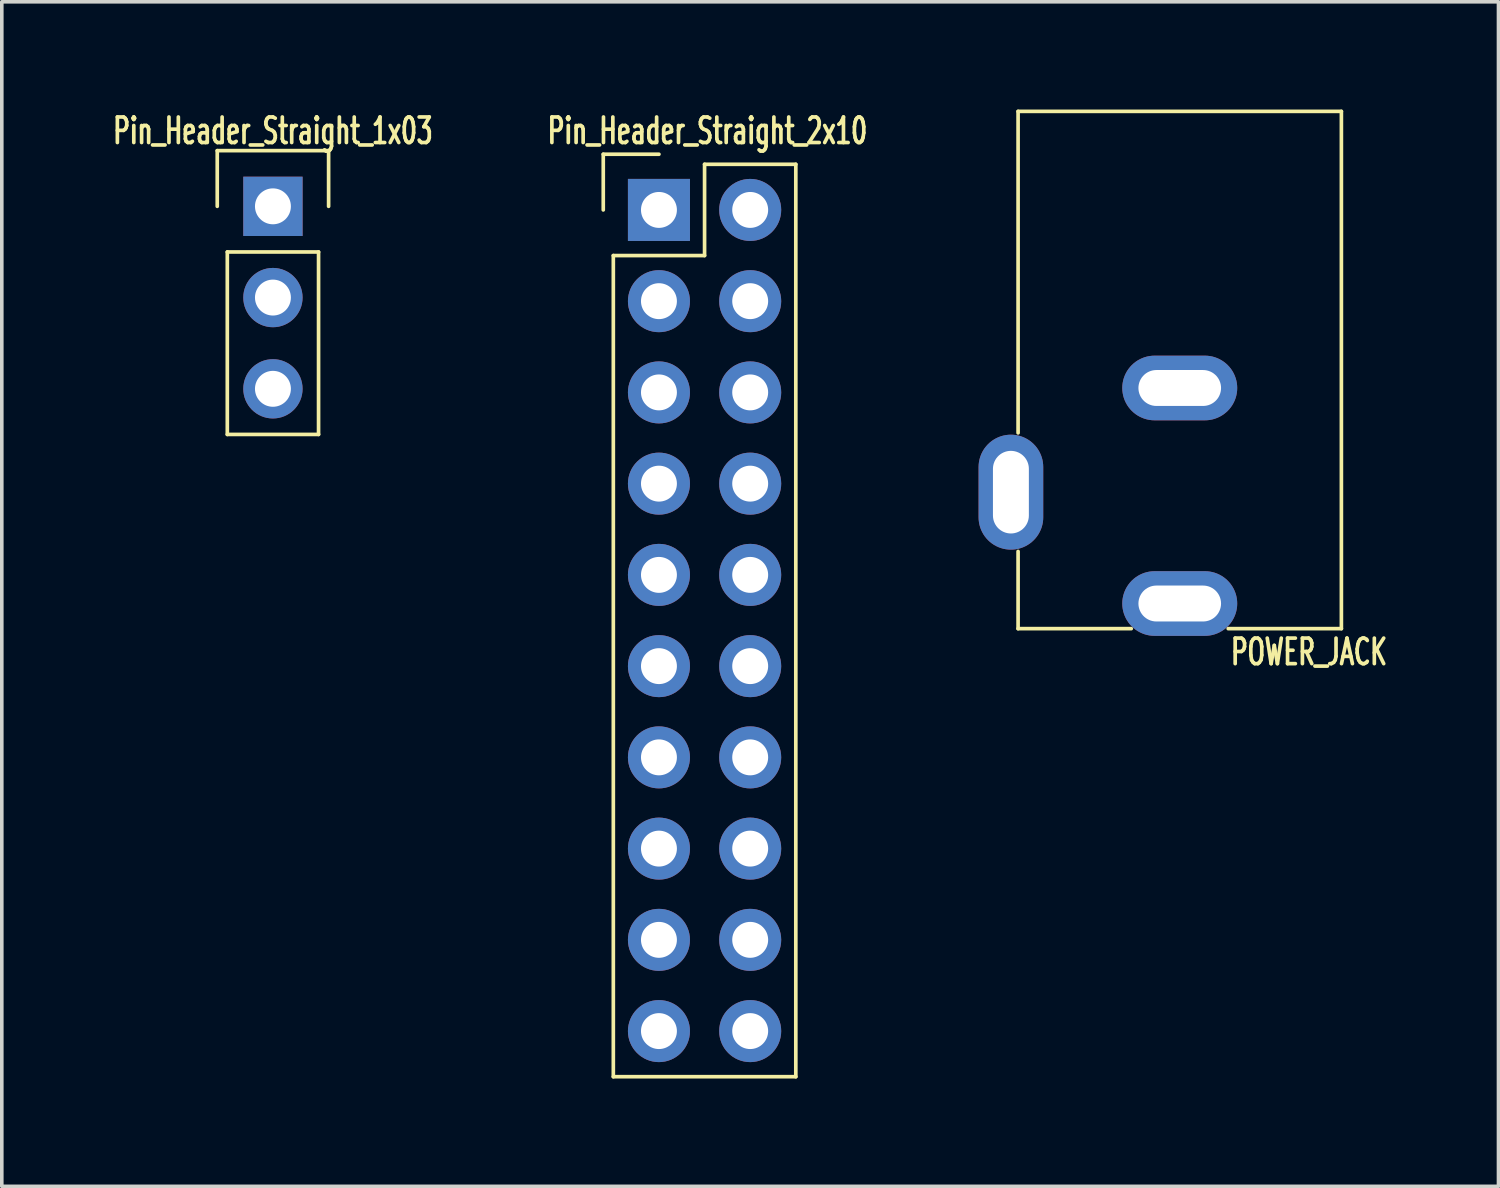
<source format=kicad_pcb>
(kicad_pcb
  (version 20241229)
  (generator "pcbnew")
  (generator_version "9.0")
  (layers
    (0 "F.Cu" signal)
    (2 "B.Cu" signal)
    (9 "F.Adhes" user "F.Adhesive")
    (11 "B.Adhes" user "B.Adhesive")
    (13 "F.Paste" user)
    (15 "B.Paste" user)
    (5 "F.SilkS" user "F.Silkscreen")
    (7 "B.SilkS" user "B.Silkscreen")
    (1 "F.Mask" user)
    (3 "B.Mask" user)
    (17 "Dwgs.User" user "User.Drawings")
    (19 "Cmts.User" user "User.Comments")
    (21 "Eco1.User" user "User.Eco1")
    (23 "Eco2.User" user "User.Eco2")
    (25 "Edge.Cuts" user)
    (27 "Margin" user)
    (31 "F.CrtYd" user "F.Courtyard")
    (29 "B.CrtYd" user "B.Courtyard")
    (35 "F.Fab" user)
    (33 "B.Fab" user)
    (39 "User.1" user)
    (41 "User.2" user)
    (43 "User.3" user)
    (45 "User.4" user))
  (footprint "Pin_Header_Straight_2x10"
    (layer "F.Cu")
    (at 15.294 2.794)
    (property "Reference" "Pin_Header_Straight_2x10" (at 1.35 -2.2 0) (layer "F.SilkS") (effects (font (size 0.711 0.457) (thickness 0.102))))
    (attr through_hole)
    (fp_line (start -1.55 -1.55) (end -1.55 0) (stroke (width 0.102) (type solid)) (layer "F.SilkS"))
    (fp_line (start -1.27 1.27) (end -1.27 24.13) (stroke (width 0.102) (type solid)) (layer "F.SilkS"))
    (fp_line (start 0 -1.55) (end -1.55 -1.55) (stroke (width 0.102) (type solid)) (layer "F.SilkS"))
    (fp_line (start 1.27 -1.27) (end 1.27 1.27) (stroke (width 0.102) (type solid)) (layer "F.SilkS"))
    (fp_line (start 1.27 1.27) (end -1.27 1.27) (stroke (width 0.102) (type solid)) (layer "F.SilkS"))
    (fp_line (start 3.81 -1.27) (end 1.27 -1.27) (stroke (width 0.102) (type solid)) (layer "F.SilkS"))
    (fp_line (start 3.81 24.13) (end -1.27 24.13) (stroke (width 0.102) (type solid)) (layer "F.SilkS"))
    (fp_line (start 3.81 24.13) (end 3.81 -1.27) (stroke (width 0.102) (type solid)) (layer "F.SilkS"))
    (pad "1" thru_hole rect (at 0 0) (size 1.727 1.727) (drill 1) (layers "*.Cu" "*.Mask"))
    (pad "2" thru_hole oval (at 2.54 0) (size 1.727 1.727) (drill 1) (layers "*.Cu" "*.Mask"))
    (pad "3" thru_hole oval (at 0 2.54) (size 1.727 1.727) (drill 1) (layers "*.Cu" "*.Mask"))
    (pad "4" thru_hole oval (at 2.54 2.54) (size 1.727 1.727) (drill 1) (layers "*.Cu" "*.Mask"))
    (pad "5" thru_hole oval (at 0 5.08) (size 1.727 1.727) (drill 1) (layers "*.Cu" "*.Mask"))
    (pad "6" thru_hole oval (at 2.54 5.08) (size 1.727 1.727) (drill 1) (layers "*.Cu" "*.Mask"))
    (pad "7" thru_hole oval (at 0 7.62) (size 1.727 1.727) (drill 1) (layers "*.Cu" "*.Mask"))
    (pad "8" thru_hole oval (at 2.54 7.62) (size 1.727 1.727) (drill 1) (layers "*.Cu" "*.Mask"))
    (pad "9" thru_hole oval (at 0 10.16) (size 1.727 1.727) (drill 1) (layers "*.Cu" "*.Mask"))
    (pad "10" thru_hole oval (at 2.54 10.16) (size 1.727 1.727) (drill 1) (layers "*.Cu" "*.Mask"))
    (pad "11" thru_hole oval (at 0 12.7) (size 1.727 1.727) (drill 1) (layers "*.Cu" "*.Mask"))
    (pad "12" thru_hole oval (at 2.54 12.7) (size 1.727 1.727) (drill 1) (layers "*.Cu" "*.Mask"))
    (pad "13" thru_hole oval (at 0 15.24) (size 1.727 1.727) (drill 1) (layers "*.Cu" "*.Mask"))
    (pad "14" thru_hole oval (at 2.54 15.24) (size 1.727 1.727) (drill 1) (layers "*.Cu" "*.Mask"))
    (pad "15" thru_hole oval (at 0 17.78) (size 1.727 1.727) (drill 1) (layers "*.Cu" "*.Mask"))
    (pad "16" thru_hole oval (at 2.54 17.78) (size 1.727 1.727) (drill 1) (layers "*.Cu" "*.Mask"))
    (pad "17" thru_hole oval (at 0 20.32) (size 1.727 1.727) (drill 1) (layers "*.Cu" "*.Mask"))
    (pad "18" thru_hole oval (at 2.54 20.32) (size 1.727 1.727) (drill 1) (layers "*.Cu" "*.Mask"))
    (pad "19" thru_hole oval (at 0 22.86) (size 1.727 1.727) (drill 1) (layers "*.Cu" "*.Mask"))
    (pad "20" thru_hole oval (at 2.54 22.86) (size 1.727 1.727) (drill 1) (layers "*.Cu" "*.Mask")))
  (footprint "Pin_Header_Straight_1x03"
    (layer "F.Cu")
    (at 4.548 2.694)
    (property "Reference" "Pin_Header_Straight_1x03" (at 0 -2.1 0) (layer "F.SilkS") (effects (font (size 0.711 0.457) (thickness 0.102))))
    (attr through_hole)
    (fp_line (start -1.55 -1.55) (end 1.55 -1.55) (stroke (width 0.102) (type solid)) (layer "F.SilkS"))
    (fp_line (start -1.55 0) (end -1.55 -1.55) (stroke (width 0.102) (type solid)) (layer "F.SilkS"))
    (fp_line (start -1.27 1.27) (end -1.27 6.35) (stroke (width 0.102) (type solid)) (layer "F.SilkS"))
    (fp_line (start -1.27 6.35) (end 1.27 6.35) (stroke (width 0.102) (type solid)) (layer "F.SilkS"))
    (fp_line (start 1.27 1.27) (end -1.27 1.27) (stroke (width 0.102) (type solid)) (layer "F.SilkS"))
    (fp_line (start 1.27 6.35) (end 1.27 1.27) (stroke (width 0.102) (type solid)) (layer "F.SilkS"))
    (fp_line (start 1.55 -1.55) (end 1.55 0) (stroke (width 0.102) (type solid)) (layer "F.SilkS"))
    (pad "1" thru_hole rect (at 0 0) (size 1.651 1.651) (drill 1) (layers "*.Cu" "*.Mask"))
    (pad "2" thru_hole oval (at 0 2.54) (size 1.651 1.651) (drill 1) (layers "*.Cu" "*.Mask"))
    (pad "3" thru_hole oval (at 0 5.08) (size 1.651 1.651) (drill 1) (layers "*.Cu" "*.Mask")))
  (footprint "POWER_JACK"
    (layer "F.Cu")
    (at 29.792 7.751)
    (property "Reference" "POWER_JACK" (at 3.6 7.35 0) (layer "F.SilkS") (effects (font (size 0.711 0.457) (thickness 0.102))))
    (attr through_hole)
    (fp_line (start -4.5 -7.7) (end -4.5 1.25) (stroke (width 0.102) (type solid)) (layer "F.SilkS"))
    (fp_line (start -4.5 -7.7) (end 4.5 -7.7) (stroke (width 0.102) (type solid)) (layer "F.SilkS"))
    (fp_line (start -4.5 4.55) (end -4.5 6.7) (stroke (width 0.102) (type solid)) (layer "F.SilkS"))
    (fp_line (start -4.5 6.7) (end -1.35 6.7) (stroke (width 0.102) (type solid)) (layer "F.SilkS"))
    (fp_line (start 4.5 -7.7) (end 4.5 6.7) (stroke (width 0.102) (type solid)) (layer "F.SilkS"))
    (fp_line (start 4.5 6.7) (end 1.35 6.7) (stroke (width 0.102) (type solid)) (layer "F.SilkS"))
    (pad "1" thru_hole oval (at 0 6) (size 3.2 1.8) (drill oval 2.3 1) (layers "*.Cu" "*.Mask"))
    (pad "2" thru_hole oval (at 0 0) (size 3.2 1.8) (drill oval 2.3 1) (layers "*.Cu" "*.Mask"))
    (pad "3" thru_hole oval (at -4.7 2.9 90) (size 3.2 1.8) (drill oval 2.3 1) (layers "*.Cu" "*.Mask")))
  (gr_rect
    (start -3 -3)
    (end 38.665 29.975)
    (stroke (width 0.1) (type default))
    (fill no)
    (layer "Edge.Cuts")))
</source>
